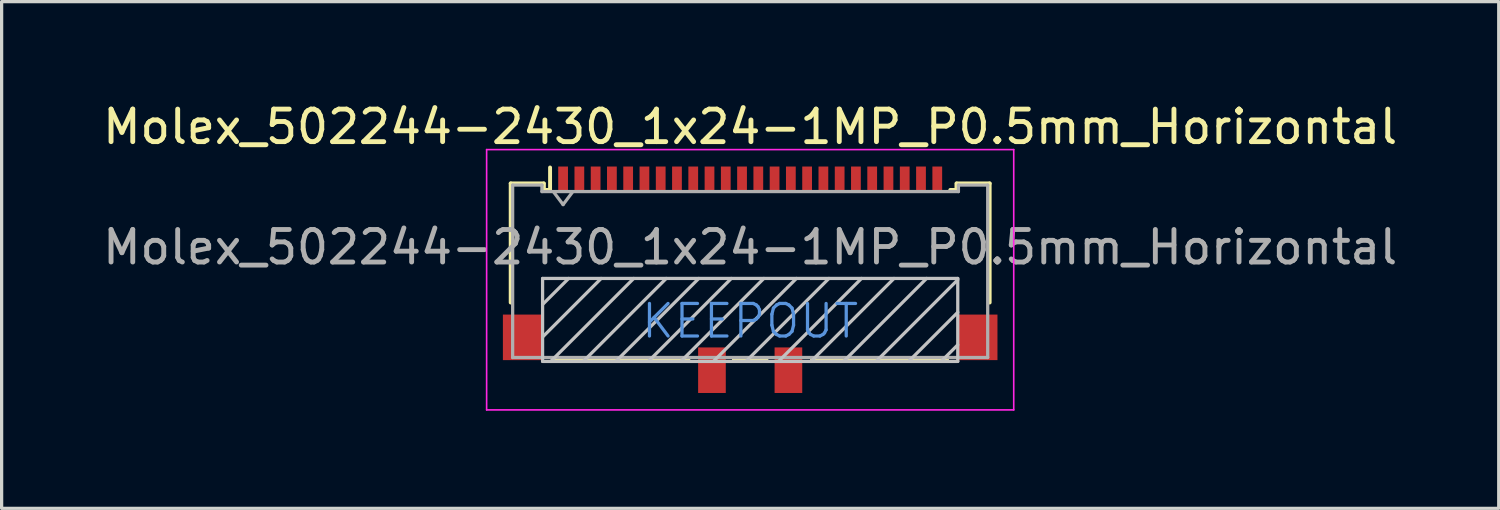
<source format=kicad_pcb>
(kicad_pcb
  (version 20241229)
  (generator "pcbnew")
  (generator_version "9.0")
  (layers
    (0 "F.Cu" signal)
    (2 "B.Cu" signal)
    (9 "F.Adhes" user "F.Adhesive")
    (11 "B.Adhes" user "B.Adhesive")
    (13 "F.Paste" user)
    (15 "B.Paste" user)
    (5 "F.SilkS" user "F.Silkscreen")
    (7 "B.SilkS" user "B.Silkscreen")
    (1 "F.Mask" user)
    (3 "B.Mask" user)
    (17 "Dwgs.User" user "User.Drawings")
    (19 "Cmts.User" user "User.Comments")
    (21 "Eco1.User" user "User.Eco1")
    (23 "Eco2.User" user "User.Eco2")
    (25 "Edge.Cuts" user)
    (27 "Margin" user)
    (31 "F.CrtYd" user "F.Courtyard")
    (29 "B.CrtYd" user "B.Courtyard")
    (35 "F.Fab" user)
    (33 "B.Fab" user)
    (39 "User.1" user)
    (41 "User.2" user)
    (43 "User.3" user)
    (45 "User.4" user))
  (footprint "Molex_502244-2430_1x24-1MP_P0.5mm_Horizontal"
    (layer "F.Cu")
    (at 20.006 5.548)
    (property "Reference" "Molex_502244-2430_1x24-1MP_P0.5mm_Horizontal" (at 0 -4.7 0) (layer "F.SilkS") (effects (font (size 1 1) (thickness 0.15))))
    (attr smd)
    (fp_line (start -7.36 -2.96) (end -6.35 -2.96) (stroke (width 0.12) (type solid)) (layer "F.SilkS"))
    (fp_line (start -7.36 0.7) (end -7.36 -2.96) (stroke (width 0.12) (type solid)) (layer "F.SilkS"))
    (fp_line (start -6.34 -2.76) (end -6.34 -2.96) (stroke (width 0.12) (type solid)) (layer "F.SilkS"))
    (fp_line (start -6.34 -2.76) (end -6.15 -2.76) (stroke (width 0.12) (type solid)) (layer "F.SilkS"))
    (fp_line (start -6.15 -2.76) (end -6.15 -3.45) (stroke (width 0.12) (type solid)) (layer "F.SilkS"))
    (fp_line (start -6.05 2.45) (end -1.9 2.45) (stroke (width 0.12) (type solid)) (layer "F.SilkS"))
    (fp_line (start -0.5 2.45) (end 0.5 2.45) (stroke (width 0.12) (type solid)) (layer "F.SilkS"))
    (fp_line (start 1.9 2.45) (end 6.05 2.45) (stroke (width 0.12) (type solid)) (layer "F.SilkS"))
    (fp_line (start 6.34 -2.96) (end 6.34 -2.76) (stroke (width 0.12) (type solid)) (layer "F.SilkS"))
    (fp_line (start 6.34 -2.76) (end 6.15 -2.76) (stroke (width 0.12) (type solid)) (layer "F.SilkS"))
    (fp_line (start 6.35 -2.96) (end 7.36 -2.96) (stroke (width 0.12) (type solid)) (layer "F.SilkS"))
    (fp_line (start 7.36 -2.96) (end 7.36 0.7) (stroke (width 0.12) (type solid)) (layer "F.SilkS"))
    (fp_line (start -6.38 -0.04) (end 6.38 -0.04) (stroke (width 0.1) (type solid)) (layer "Dwgs.User"))
    (fp_line (start -6.38 0.76) (end -5.58 -0.04) (stroke (width 0.1) (type solid)) (layer "Dwgs.User"))
    (fp_line (start -6.38 1.76) (end -4.58 -0.04) (stroke (width 0.1) (type solid)) (layer "Dwgs.User"))
    (fp_line (start -6.38 2.51) (end -6.38 -0.04) (stroke (width 0.1) (type solid)) (layer "Dwgs.User"))
    (fp_line (start -6.13 2.51) (end -3.58 -0.04) (stroke (width 0.1) (type solid)) (layer "Dwgs.User"))
    (fp_line (start -5.13 2.51) (end -2.58 -0.04) (stroke (width 0.1) (type solid)) (layer "Dwgs.User"))
    (fp_line (start -4.13 2.51) (end -1.58 -0.04) (stroke (width 0.1) (type solid)) (layer "Dwgs.User"))
    (fp_line (start -3.13 2.51) (end -0.58 -0.04) (stroke (width 0.1) (type solid)) (layer "Dwgs.User"))
    (fp_line (start -2.13 2.51) (end 0.42 -0.04) (stroke (width 0.1) (type solid)) (layer "Dwgs.User"))
    (fp_line (start -1.13 2.51) (end 1.42 -0.04) (stroke (width 0.1) (type solid)) (layer "Dwgs.User"))
    (fp_line (start -0.13 2.51) (end 2.42 -0.04) (stroke (width 0.1) (type solid)) (layer "Dwgs.User"))
    (fp_line (start 0.87 2.51) (end 3.42 -0.04) (stroke (width 0.1) (type solid)) (layer "Dwgs.User"))
    (fp_line (start 1.87 2.51) (end 4.42 -0.04) (stroke (width 0.1) (type solid)) (layer "Dwgs.User"))
    (fp_line (start 2.87 2.51) (end 5.42 -0.04) (stroke (width 0.1) (type solid)) (layer "Dwgs.User"))
    (fp_line (start 3.87 2.51) (end 6.38 0) (stroke (width 0.1) (type solid)) (layer "Dwgs.User"))
    (fp_line (start 4.87 2.51) (end 6.38 1) (stroke (width 0.1) (type solid)) (layer "Dwgs.User"))
    (fp_line (start 5.87 2.51) (end 6.38 2) (stroke (width 0.1) (type solid)) (layer "Dwgs.User"))
    (fp_line (start 6.38 -0.04) (end 6.38 2.51) (stroke (width 0.1) (type solid)) (layer "Dwgs.User"))
    (fp_line (start 6.38 2.51) (end -6.38 2.51) (stroke (width 0.1) (type solid)) (layer "Dwgs.User"))
    (fp_line (start -8.1 -4) (end 8.1 -4) (stroke (width 0.05) (type solid)) (layer "F.CrtYd"))
    (fp_line (start -8.1 4) (end -8.1 -4) (stroke (width 0.05) (type solid)) (layer "F.CrtYd"))
    (fp_line (start 8.1 -4) (end 8.1 4) (stroke (width 0.05) (type solid)) (layer "F.CrtYd"))
    (fp_line (start 8.1 4) (end -8.1 4) (stroke (width 0.05) (type solid)) (layer "F.CrtYd"))
    (fp_line (start -7.3 -2.91) (end -7.3 2.39) (stroke (width 0.1) (type solid)) (layer "F.Fab"))
    (fp_line (start -7.3 2.39) (end 7.3 2.39) (stroke (width 0.1) (type solid)) (layer "F.Fab"))
    (fp_line (start -6.4 -2.91) (end -7.3 -2.91) (stroke (width 0.1) (type solid)) (layer "F.Fab"))
    (fp_line (start -6.4 -2.71) (end -6.4 -2.91) (stroke (width 0.1) (type solid)) (layer "F.Fab"))
    (fp_line (start -6.05 -2.71) (end -5.75 -2.31) (stroke (width 0.1) (type solid)) (layer "F.Fab"))
    (fp_line (start -5.75 -2.31) (end -5.45 -2.71) (stroke (width 0.1) (type solid)) (layer "F.Fab"))
    (fp_line (start 6.4 -2.91) (end 6.4 -2.71) (stroke (width 0.1) (type solid)) (layer "F.Fab"))
    (fp_line (start 6.4 -2.71) (end -6.4 -2.71) (stroke (width 0.1) (type solid)) (layer "F.Fab"))
    (fp_line (start 7.3 -2.91) (end 6.4 -2.91) (stroke (width 0.1) (type solid)) (layer "F.Fab"))
    (fp_line (start 7.3 -2.91) (end 7.3 2.39) (stroke (width 0.1) (type solid)) (layer "F.Fab"))
    (fp_text user "KEEPOUT" (at 0 1.271 0) (layer "Cmts.User") (effects (font (size 1 1) (thickness 0.1))))
    (fp_text user "${REFERENCE}" (at 0 -1 0) (layer "F.Fab") (effects (font (size 1 1) (thickness 0.15))))
    (pad "1" smd rect (at -5.75 -3.08) (size 0.3 0.8) (layers "F.Cu" "F.Mask" "F.Paste"))
    (pad "2" smd rect (at -5.25 -3.08) (size 0.3 0.8) (layers "F.Cu" "F.Mask" "F.Paste"))
    (pad "3" smd rect (at -4.75 -3.08) (size 0.3 0.8) (layers "F.Cu" "F.Mask" "F.Paste"))
    (pad "4" smd rect (at -4.25 -3.08) (size 0.3 0.8) (layers "F.Cu" "F.Mask" "F.Paste"))
    (pad "5" smd rect (at -3.75 -3.08) (size 0.3 0.8) (layers "F.Cu" "F.Mask" "F.Paste"))
    (pad "6" smd rect (at -3.25 -3.08) (size 0.3 0.8) (layers "F.Cu" "F.Mask" "F.Paste"))
    (pad "7" smd rect (at -2.75 -3.08) (size 0.3 0.8) (layers "F.Cu" "F.Mask" "F.Paste"))
    (pad "8" smd rect (at -2.25 -3.08) (size 0.3 0.8) (layers "F.Cu" "F.Mask" "F.Paste"))
    (pad "9" smd rect (at -1.75 -3.08) (size 0.3 0.8) (layers "F.Cu" "F.Mask" "F.Paste"))
    (pad "10" smd rect (at -1.25 -3.08) (size 0.3 0.8) (layers "F.Cu" "F.Mask" "F.Paste"))
    (pad "11" smd rect (at -0.75 -3.08) (size 0.3 0.8) (layers "F.Cu" "F.Mask" "F.Paste"))
    (pad "12" smd rect (at -0.25 -3.08) (size 0.3 0.8) (layers "F.Cu" "F.Mask" "F.Paste"))
    (pad "13" smd rect (at 0.25 -3.08) (size 0.3 0.8) (layers "F.Cu" "F.Mask" "F.Paste"))
    (pad "14" smd rect (at 0.75 -3.08) (size 0.3 0.8) (layers "F.Cu" "F.Mask" "F.Paste"))
    (pad "15" smd rect (at 1.25 -3.08) (size 0.3 0.8) (layers "F.Cu" "F.Mask" "F.Paste"))
    (pad "16" smd rect (at 1.75 -3.08) (size 0.3 0.8) (layers "F.Cu" "F.Mask" "F.Paste"))
    (pad "17" smd rect (at 2.25 -3.08) (size 0.3 0.8) (layers "F.Cu" "F.Mask" "F.Paste"))
    (pad "18" smd rect (at 2.75 -3.08) (size 0.3 0.8) (layers "F.Cu" "F.Mask" "F.Paste"))
    (pad "19" smd rect (at 3.25 -3.08) (size 0.3 0.8) (layers "F.Cu" "F.Mask" "F.Paste"))
    (pad "20" smd rect (at 3.75 -3.08) (size 0.3 0.8) (layers "F.Cu" "F.Mask" "F.Paste"))
    (pad "21" smd rect (at 4.25 -3.08) (size 0.3 0.8) (layers "F.Cu" "F.Mask" "F.Paste"))
    (pad "22" smd rect (at 4.75 -3.08) (size 0.3 0.8) (layers "F.Cu" "F.Mask" "F.Paste"))
    (pad "23" smd rect (at 5.25 -3.08) (size 0.3 0.8) (layers "F.Cu" "F.Mask" "F.Paste"))
    (pad "24" smd rect (at 5.75 -3.08) (size 0.3 0.8) (layers "F.Cu" "F.Mask" "F.Paste"))
    (pad "MP" smd rect (at -6.99 1.77) (size 1.22 1.4) (layers "F.Cu" "F.Mask" "F.Paste"))
    (pad "MP" smd rect (at -1.175 2.78) (size 0.85 1.4) (layers "F.Cu" "F.Mask" "F.Paste"))
    (pad "MP" smd rect (at 1.175 2.78) (size 0.85 1.4) (layers "F.Cu" "F.Mask" "F.Paste"))
    (pad "MP" smd rect (at 6.99 1.77) (size 1.22 1.4) (layers "F.Cu" "F.Mask" "F.Paste")))
  (gr_rect
    (start -3 -3)
    (end 43.012 12.573)
    (stroke (width 0.1) (type default))
    (fill no)
    (layer "Edge.Cuts")))
</source>
